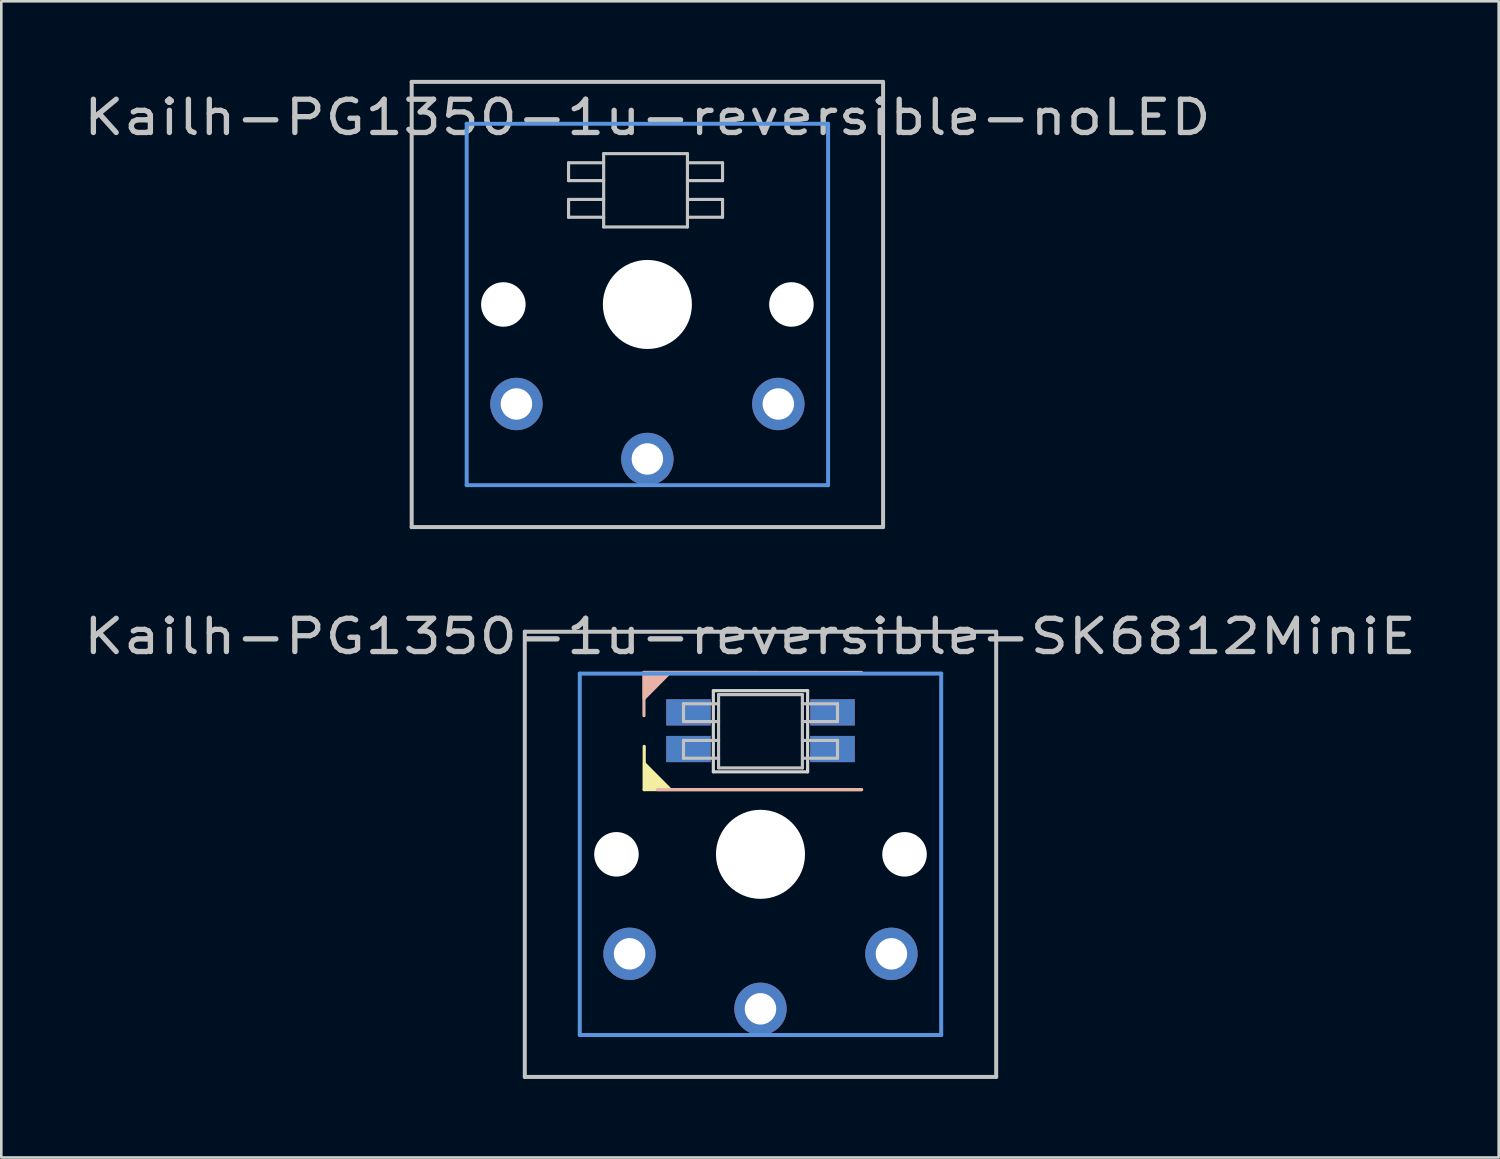
<source format=kicad_pcb>
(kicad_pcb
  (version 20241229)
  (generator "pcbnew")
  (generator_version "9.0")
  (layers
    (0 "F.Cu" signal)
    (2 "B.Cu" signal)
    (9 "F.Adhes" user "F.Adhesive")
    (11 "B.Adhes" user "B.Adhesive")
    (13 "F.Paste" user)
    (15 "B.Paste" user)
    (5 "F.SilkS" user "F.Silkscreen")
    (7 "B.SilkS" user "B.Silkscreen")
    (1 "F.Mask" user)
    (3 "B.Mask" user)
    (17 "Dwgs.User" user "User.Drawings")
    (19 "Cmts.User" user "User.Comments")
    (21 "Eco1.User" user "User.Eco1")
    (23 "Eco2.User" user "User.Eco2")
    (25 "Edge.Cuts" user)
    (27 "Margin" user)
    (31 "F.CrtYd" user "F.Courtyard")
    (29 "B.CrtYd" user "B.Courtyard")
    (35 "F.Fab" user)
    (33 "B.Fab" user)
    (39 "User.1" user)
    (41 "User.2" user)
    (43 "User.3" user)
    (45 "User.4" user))
  (footprint "Kailh-PG1350-1u-reversible-SK6812MiniE"
    (layer "F.Cu")
    (at 25.989 29.572)
    (property "Reference" "Kailh-PG1350-1u-reversible-SK6812MiniE" (at -0.4 -8.32 180) (layer "Dwgs.User") (effects (font (size 1.27 1.524) (thickness 0.203))))
    (attr through_hole)
    (fp_line (start -4.45 -6.943) (end 3.85 -6.94) (stroke (width 0.12) (type solid)) (layer "F.SilkS"))
    (fp_line (start -4.44 -2.47) (end -4.44 -4.121) (stroke (width 0.12) (type solid)) (layer "F.SilkS"))
    (fp_line (start 3.86 -2.47) (end -4.44 -2.47) (stroke (width 0.12) (type solid)) (layer "F.SilkS"))
    (fp_poly (pts (xy -3.432 -2.473) (xy -4.44 -2.47) (xy -4.44 -3.486)) (stroke (width 0.1) (type solid)) (fill yes) (layer "F.SilkS"))
    (fp_line (start -4.45 -6.946) (end -4.45 -5.295) (stroke (width 0.12) (type solid)) (layer "B.SilkS"))
    (fp_line (start -3.94 -2.47) (end 3.86 -2.47) (stroke (width 0.12) (type solid)) (layer "B.SilkS"))
    (fp_line (start 3.85 -6.946) (end -4.45 -6.946) (stroke (width 0.12) (type solid)) (layer "B.SilkS"))
    (fp_poly (pts (xy -4.45 -5.93) (xy -4.45 -6.946) (xy -3.442 -6.946)) (stroke (width 0.1) (type solid)) (fill yes) (layer "B.SilkS"))
    (fp_line (start -9 -8.5) (end 9 -8.5) (stroke (width 0.152) (type solid)) (layer "Dwgs.User"))
    (fp_line (start -9 8.5) (end -9 -8.5) (stroke (width 0.152) (type solid)) (layer "Dwgs.User"))
    (fp_line (start -2.94 -5.749) (end -2.94 -5.069) (stroke (width 0.12) (type solid)) (layer "Dwgs.User"))
    (fp_line (start -2.94 -5.069) (end -1.6 -5.069) (stroke (width 0.12) (type solid)) (layer "Dwgs.User"))
    (fp_line (start -2.94 -4.349) (end -2.94 -3.669) (stroke (width 0.12) (type solid)) (layer "Dwgs.User"))
    (fp_line (start -2.94 -3.669) (end -1.6 -3.669) (stroke (width 0.12) (type solid)) (layer "Dwgs.User"))
    (fp_line (start -1.6 -6.099) (end -1.6 -3.299) (stroke (width 0.12) (type solid)) (layer "Dwgs.User"))
    (fp_line (start -1.6 -6.099) (end 1.6 -6.099) (stroke (width 0.12) (type solid)) (layer "Dwgs.User"))
    (fp_line (start -1.6 -5.749) (end -2.94 -5.749) (stroke (width 0.12) (type solid)) (layer "Dwgs.User"))
    (fp_line (start -1.6 -4.349) (end -2.94 -4.349) (stroke (width 0.12) (type solid)) (layer "Dwgs.User"))
    (fp_line (start -1.6 -3.299) (end 1.6 -3.299) (stroke (width 0.12) (type solid)) (layer "Dwgs.User"))
    (fp_line (start 1.6 -6.099) (end 1.6 -3.299) (stroke (width 0.12) (type solid)) (layer "Dwgs.User"))
    (fp_line (start 1.6 -5.069) (end 2.94 -5.069) (stroke (width 0.12) (type solid)) (layer "Dwgs.User"))
    (fp_line (start 1.6 -3.669) (end 2.94 -3.669) (stroke (width 0.12) (type solid)) (layer "Dwgs.User"))
    (fp_line (start 2.94 -5.749) (end 1.6 -5.749) (stroke (width 0.12) (type solid)) (layer "Dwgs.User"))
    (fp_line (start 2.94 -5.069) (end 2.94 -5.749) (stroke (width 0.12) (type solid)) (layer "Dwgs.User"))
    (fp_line (start 2.94 -4.349) (end 1.6 -4.349) (stroke (width 0.12) (type solid)) (layer "Dwgs.User"))
    (fp_line (start 2.94 -3.669) (end 2.94 -4.349) (stroke (width 0.12) (type solid)) (layer "Dwgs.User"))
    (fp_line (start 9 -8.5) (end 9 8.5) (stroke (width 0.152) (type solid)) (layer "Dwgs.User"))
    (fp_line (start 9 8.5) (end -9 8.5) (stroke (width 0.152) (type solid)) (layer "Dwgs.User"))
    (fp_line (start -6.9 -6.9) (end 6.9 -6.9) (stroke (width 0.152) (type solid)) (layer "Cmts.User"))
    (fp_line (start -6.9 6.9) (end -6.9 -6.9) (stroke (width 0.152) (type solid)) (layer "Cmts.User"))
    (fp_line (start 6.9 -6.9) (end 6.9 6.9) (stroke (width 0.152) (type solid)) (layer "Cmts.User"))
    (fp_line (start 6.9 6.9) (end -6.9 6.9) (stroke (width 0.152) (type solid)) (layer "Cmts.User"))
    (fp_line (start -7.5 -7.5) (end 7.5 -7.5) (stroke (width 0.152) (type solid)) (layer "Eco2.User"))
    (fp_line (start -7.5 7.5) (end -7.5 -7.5) (stroke (width 0.152) (type solid)) (layer "Eco2.User"))
    (fp_line (start 7.5 -7.5) (end 7.5 7.5) (stroke (width 0.152) (type solid)) (layer "Eco2.User"))
    (fp_line (start 7.5 7.5) (end -7.5 7.5) (stroke (width 0.152) (type solid)) (layer "Eco2.User"))
    (fp_line (start -1.8 -6.249) (end -1.8 -3.149) (stroke (width 0.12) (type solid)) (layer "Edge.Cuts"))
    (fp_line (start -1.8 -3.149) (end 1.8 -3.149) (stroke (width 0.12) (type solid)) (layer "Edge.Cuts"))
    (fp_line (start 1.8 -6.249) (end -1.8 -6.249) (stroke (width 0.12) (type solid)) (layer "Edge.Cuts"))
    (fp_line (start 1.8 -3.149) (end 1.8 -6.249) (stroke (width 0.12) (type solid)) (layer "Edge.Cuts"))
    (pad "" np_thru_hole circle (at -5.5 0 180) (size 1.7 1.7) (drill 1.7) (layers "*.Cu" "*.Mask"))
    (pad "" np_thru_hole circle (at 0 0 180) (size 3.4 3.4) (drill 3.4) (layers "*.Cu" "*.Mask"))
    (pad "" np_thru_hole circle (at 5.5 0 180) (size 1.7 1.7) (drill 1.7) (layers "*.Cu" "*.Mask"))
    (pad "1" smd rect (at -2.75 -5.42 180) (size 1.7 1) (layers "B.Cu" "B.Mask" "B.Paste"))
    (pad "1" smd rect (at -2.75 -4.02 180) (size 1.7 1) (layers "F.Cu" "F.Mask" "F.Paste"))
    (pad "1" thru_hole circle (at 0 5.9 180) (size 2 2) (drill 1.2) (layers "*.Cu" "*.Mask"))
    (pad "2" thru_hole circle (at -5 3.8 41.9) (size 2 2) (drill 1.2) (layers "*.Cu" "B.Mask"))
    (pad "2" smd rect (at -2.75 -5.42 180) (size 1.7 1) (layers "F.Cu" "F.Mask" "F.Paste"))
    (pad "2" smd rect (at -2.75 -4.02 180) (size 1.7 1) (layers "B.Cu" "B.Mask" "B.Paste"))
    (pad "2" thru_hole circle (at 5 3.8 41.9) (size 2 2) (drill 1.2) (layers "*.Cu" "F.Mask"))
    (pad "3" smd rect (at 2.75 -5.42 180) (size 1.7 1) (layers "F.Cu" "F.Mask" "F.Paste"))
    (pad "3" smd rect (at 2.75 -4.02 180) (size 1.7 1) (layers "B.Cu" "B.Mask" "B.Paste"))
    (pad "4" smd rect (at 2.75 -5.42 180) (size 1.7 1) (layers "B.Cu" "B.Mask" "B.Paste"))
    (pad "4" smd rect (at 2.75 -4.02 180) (size 1.7 1) (layers "F.Cu" "F.Mask" "F.Paste")))
  (footprint "Kailh-PG1350-1u-reversible-noLED"
    (layer "F.Cu")
    (at 21.67 8.576)
    (property "Reference" "Kailh-PG1350-1u-reversible-noLED" (at 0 -7.144 180) (layer "Dwgs.User") (effects (font (size 1.27 1.524) (thickness 0.203))))
    (attr through_hole)
    (fp_line (start -9 -8.5) (end 9 -8.5) (stroke (width 0.152) (type solid)) (layer "Dwgs.User"))
    (fp_line (start -9 8.5) (end -9 -8.5) (stroke (width 0.152) (type solid)) (layer "Dwgs.User"))
    (fp_line (start -3.01 -5.41) (end -3.01 -4.73) (stroke (width 0.12) (type solid)) (layer "Dwgs.User"))
    (fp_line (start -3.01 -4.73) (end -1.67 -4.73) (stroke (width 0.12) (type solid)) (layer "Dwgs.User"))
    (fp_line (start -3.01 -4.01) (end -3.01 -3.33) (stroke (width 0.12) (type solid)) (layer "Dwgs.User"))
    (fp_line (start -3.01 -3.33) (end -1.67 -3.33) (stroke (width 0.12) (type solid)) (layer "Dwgs.User"))
    (fp_line (start -1.67 -5.76) (end -1.67 -2.96) (stroke (width 0.12) (type solid)) (layer "Dwgs.User"))
    (fp_line (start -1.67 -5.76) (end 1.53 -5.76) (stroke (width 0.12) (type solid)) (layer "Dwgs.User"))
    (fp_line (start -1.67 -5.41) (end -3.01 -5.41) (stroke (width 0.12) (type solid)) (layer "Dwgs.User"))
    (fp_line (start -1.67 -4.01) (end -3.01 -4.01) (stroke (width 0.12) (type solid)) (layer "Dwgs.User"))
    (fp_line (start -1.67 -2.96) (end 1.53 -2.96) (stroke (width 0.12) (type solid)) (layer "Dwgs.User"))
    (fp_line (start 1.53 -5.76) (end 1.53 -2.96) (stroke (width 0.12) (type solid)) (layer "Dwgs.User"))
    (fp_line (start 1.53 -4.73) (end 2.87 -4.73) (stroke (width 0.12) (type solid)) (layer "Dwgs.User"))
    (fp_line (start 1.53 -3.33) (end 2.87 -3.33) (stroke (width 0.12) (type solid)) (layer "Dwgs.User"))
    (fp_line (start 2.87 -5.41) (end 1.53 -5.41) (stroke (width 0.12) (type solid)) (layer "Dwgs.User"))
    (fp_line (start 2.87 -4.73) (end 2.87 -5.41) (stroke (width 0.12) (type solid)) (layer "Dwgs.User"))
    (fp_line (start 2.87 -4.01) (end 1.53 -4.01) (stroke (width 0.12) (type solid)) (layer "Dwgs.User"))
    (fp_line (start 2.87 -3.33) (end 2.87 -4.01) (stroke (width 0.12) (type solid)) (layer "Dwgs.User"))
    (fp_line (start 9 -8.5) (end 9 8.5) (stroke (width 0.152) (type solid)) (layer "Dwgs.User"))
    (fp_line (start 9 8.5) (end -9 8.5) (stroke (width 0.152) (type solid)) (layer "Dwgs.User"))
    (fp_line (start -6.9 -6.9) (end 6.9 -6.9) (stroke (width 0.152) (type solid)) (layer "Cmts.User"))
    (fp_line (start -6.9 6.9) (end -6.9 -6.9) (stroke (width 0.152) (type solid)) (layer "Cmts.User"))
    (fp_line (start 6.9 -6.9) (end 6.9 6.9) (stroke (width 0.152) (type solid)) (layer "Cmts.User"))
    (fp_line (start 6.9 6.9) (end -6.9 6.9) (stroke (width 0.152) (type solid)) (layer "Cmts.User"))
    (fp_line (start -7.5 -7.5) (end 7.5 -7.5) (stroke (width 0.152) (type solid)) (layer "Eco2.User"))
    (fp_line (start -7.5 7.5) (end -7.5 -7.5) (stroke (width 0.152) (type solid)) (layer "Eco2.User"))
    (fp_line (start 7.5 -7.5) (end 7.5 7.5) (stroke (width 0.152) (type solid)) (layer "Eco2.User"))
    (fp_line (start 7.5 7.5) (end -7.5 7.5) (stroke (width 0.152) (type solid)) (layer "Eco2.User"))
    (pad "" np_thru_hole circle (at -5.5 0 180) (size 1.7 1.7) (drill 1.7) (layers "*.Cu" "*.Mask"))
    (pad "" np_thru_hole circle (at 0 0 180) (size 3.4 3.4) (drill 3.4) (layers "*.Cu" "*.Mask"))
    (pad "" np_thru_hole circle (at 5.5 0 180) (size 1.7 1.7) (drill 1.7) (layers "*.Cu" "*.Mask"))
    (pad "1" thru_hole circle (at 0 5.9 180) (size 2 2) (drill 1.2) (layers "*.Cu" "*.Mask"))
    (pad "2" thru_hole circle (at -5 3.8 41.9) (size 2 2) (drill 1.2) (layers "*.Cu" "B.Mask"))
    (pad "2" thru_hole circle (at 5 3.8 41.9) (size 2 2) (drill 1.2) (layers "*.Cu" "F.Mask")))
  (gr_rect
    (start -3 -3)
    (end 54.177 41.148)
    (stroke (width 0.1) (type default))
    (fill no)
    (layer "Edge.Cuts")))
</source>
